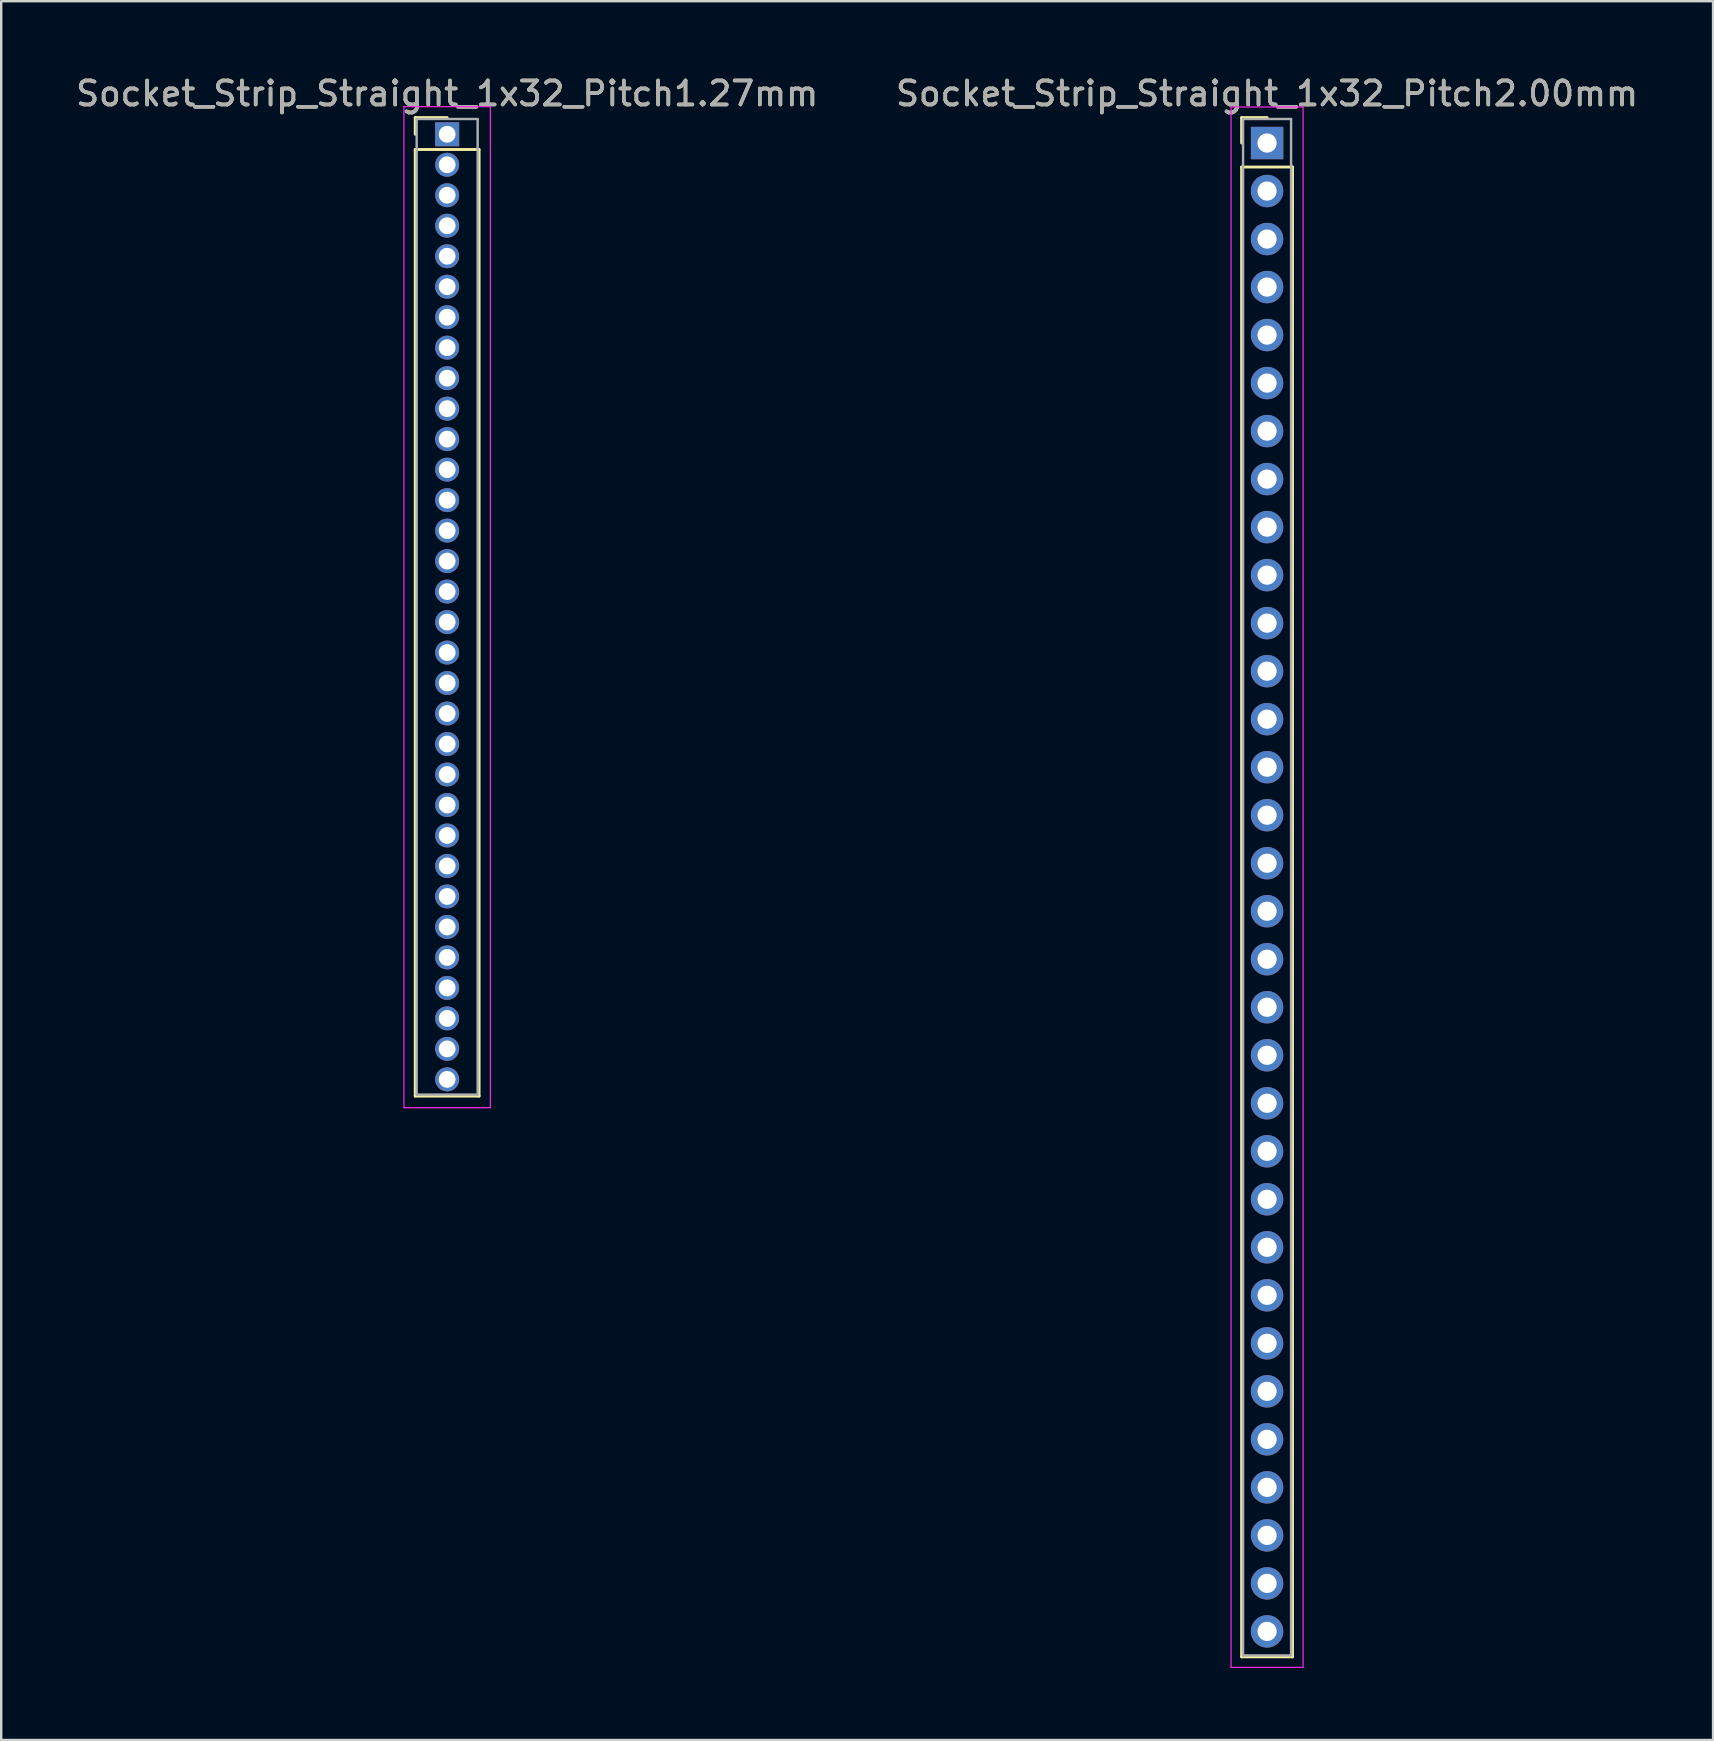
<source format=kicad_pcb>
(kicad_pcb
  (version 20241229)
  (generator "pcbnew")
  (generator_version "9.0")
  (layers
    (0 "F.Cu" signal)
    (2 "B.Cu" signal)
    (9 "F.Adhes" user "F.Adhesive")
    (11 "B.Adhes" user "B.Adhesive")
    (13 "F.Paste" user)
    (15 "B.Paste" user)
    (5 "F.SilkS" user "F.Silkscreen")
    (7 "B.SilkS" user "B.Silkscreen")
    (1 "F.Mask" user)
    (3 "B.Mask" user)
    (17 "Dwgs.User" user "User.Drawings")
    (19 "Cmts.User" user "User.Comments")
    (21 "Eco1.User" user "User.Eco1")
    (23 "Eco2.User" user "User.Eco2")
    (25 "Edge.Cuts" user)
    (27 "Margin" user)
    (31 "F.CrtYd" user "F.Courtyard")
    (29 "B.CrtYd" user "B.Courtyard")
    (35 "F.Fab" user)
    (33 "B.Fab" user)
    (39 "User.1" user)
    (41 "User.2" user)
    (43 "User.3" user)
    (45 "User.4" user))
  (footprint "Socket_Strip_Straight_1x32_Pitch1.27mm"
    (layer "F.Cu")
    (at 15.577 2.543)
    (property "Reference" "Socket_Strip_Straight_1x32_Pitch1.27mm" (at 0 -1.695 0) (layer "F.SilkS") (effects (font (size 1 1) (thickness 0.15))))
    (attr through_hole)
    (fp_line (start -1.33 -0.695) (end 0 -0.695) (stroke (width 0.12) (type solid)) (layer "F.SilkS"))
    (fp_line (start -1.33 0) (end -1.33 -0.695) (stroke (width 0.12) (type solid)) (layer "F.SilkS"))
    (fp_line (start -1.33 0.635) (end -1.33 40.065) (stroke (width 0.12) (type solid)) (layer "F.SilkS"))
    (fp_line (start -1.33 40.065) (end 1.33 40.065) (stroke (width 0.12) (type solid)) (layer "F.SilkS"))
    (fp_line (start 1.33 0.635) (end -1.33 0.635) (stroke (width 0.12) (type solid)) (layer "F.SilkS"))
    (fp_line (start 1.33 40.065) (end 1.33 0.635) (stroke (width 0.12) (type solid)) (layer "F.SilkS"))
    (fp_line (start -1.8 -1.15) (end -1.8 40.55) (stroke (width 0.05) (type solid)) (layer "F.CrtYd"))
    (fp_line (start -1.8 40.55) (end 1.8 40.55) (stroke (width 0.05) (type solid)) (layer "F.CrtYd"))
    (fp_line (start 1.8 -1.15) (end -1.8 -1.15) (stroke (width 0.05) (type solid)) (layer "F.CrtYd"))
    (fp_line (start 1.8 40.55) (end 1.8 -1.15) (stroke (width 0.05) (type solid)) (layer "F.CrtYd"))
    (fp_line (start -1.27 -0.635) (end -1.27 40.005) (stroke (width 0.1) (type solid)) (layer "F.Fab"))
    (fp_line (start -1.27 40.005) (end 1.27 40.005) (stroke (width 0.1) (type solid)) (layer "F.Fab"))
    (fp_line (start 1.27 -0.635) (end -1.27 -0.635) (stroke (width 0.1) (type solid)) (layer "F.Fab"))
    (fp_line (start 1.27 40.005) (end 1.27 -0.635) (stroke (width 0.1) (type solid)) (layer "F.Fab"))
    (fp_text user "${REFERENCE}" (at 0 -1.695 0) (layer "F.Fab") (effects (font (size 1 1) (thickness 0.15))))
    (pad "1" thru_hole rect (at 0 0) (size 1 1) (drill 0.7) (layers "*.Cu" "*.Mask"))
    (pad "2" thru_hole oval (at 0 1.27) (size 1 1) (drill 0.7) (layers "*.Cu" "*.Mask"))
    (pad "3" thru_hole oval (at 0 2.54) (size 1 1) (drill 0.7) (layers "*.Cu" "*.Mask"))
    (pad "4" thru_hole oval (at 0 3.81) (size 1 1) (drill 0.7) (layers "*.Cu" "*.Mask"))
    (pad "5" thru_hole oval (at 0 5.08) (size 1 1) (drill 0.7) (layers "*.Cu" "*.Mask"))
    (pad "6" thru_hole oval (at 0 6.35) (size 1 1) (drill 0.7) (layers "*.Cu" "*.Mask"))
    (pad "7" thru_hole oval (at 0 7.62) (size 1 1) (drill 0.7) (layers "*.Cu" "*.Mask"))
    (pad "8" thru_hole oval (at 0 8.89) (size 1 1) (drill 0.7) (layers "*.Cu" "*.Mask"))
    (pad "9" thru_hole oval (at 0 10.16) (size 1 1) (drill 0.7) (layers "*.Cu" "*.Mask"))
    (pad "10" thru_hole oval (at 0 11.43) (size 1 1) (drill 0.7) (layers "*.Cu" "*.Mask"))
    (pad "11" thru_hole oval (at 0 12.7) (size 1 1) (drill 0.7) (layers "*.Cu" "*.Mask"))
    (pad "12" thru_hole oval (at 0 13.97) (size 1 1) (drill 0.7) (layers "*.Cu" "*.Mask"))
    (pad "13" thru_hole oval (at 0 15.24) (size 1 1) (drill 0.7) (layers "*.Cu" "*.Mask"))
    (pad "14" thru_hole oval (at 0 16.51) (size 1 1) (drill 0.7) (layers "*.Cu" "*.Mask"))
    (pad "15" thru_hole oval (at 0 17.78) (size 1 1) (drill 0.7) (layers "*.Cu" "*.Mask"))
    (pad "16" thru_hole oval (at 0 19.05) (size 1 1) (drill 0.7) (layers "*.Cu" "*.Mask"))
    (pad "17" thru_hole oval (at 0 20.32) (size 1 1) (drill 0.7) (layers "*.Cu" "*.Mask"))
    (pad "18" thru_hole oval (at 0 21.59) (size 1 1) (drill 0.7) (layers "*.Cu" "*.Mask"))
    (pad "19" thru_hole oval (at 0 22.86) (size 1 1) (drill 0.7) (layers "*.Cu" "*.Mask"))
    (pad "20" thru_hole oval (at 0 24.13) (size 1 1) (drill 0.7) (layers "*.Cu" "*.Mask"))
    (pad "21" thru_hole oval (at 0 25.4) (size 1 1) (drill 0.7) (layers "*.Cu" "*.Mask"))
    (pad "22" thru_hole oval (at 0 26.67) (size 1 1) (drill 0.7) (layers "*.Cu" "*.Mask"))
    (pad "23" thru_hole oval (at 0 27.94) (size 1 1) (drill 0.7) (layers "*.Cu" "*.Mask"))
    (pad "24" thru_hole oval (at 0 29.21) (size 1 1) (drill 0.7) (layers "*.Cu" "*.Mask"))
    (pad "25" thru_hole oval (at 0 30.48) (size 1 1) (drill 0.7) (layers "*.Cu" "*.Mask"))
    (pad "26" thru_hole oval (at 0 31.75) (size 1 1) (drill 0.7) (layers "*.Cu" "*.Mask"))
    (pad "27" thru_hole oval (at 0 33.02) (size 1 1) (drill 0.7) (layers "*.Cu" "*.Mask"))
    (pad "28" thru_hole oval (at 0 34.29) (size 1 1) (drill 0.7) (layers "*.Cu" "*.Mask"))
    (pad "29" thru_hole oval (at 0 35.56) (size 1 1) (drill 0.7) (layers "*.Cu" "*.Mask"))
    (pad "30" thru_hole oval (at 0 36.83) (size 1 1) (drill 0.7) (layers "*.Cu" "*.Mask"))
    (pad "31" thru_hole oval (at 0 38.1) (size 1 1) (drill 0.7) (layers "*.Cu" "*.Mask"))
    (pad "32" thru_hole oval (at 0 39.37) (size 1 1) (drill 0.7) (layers "*.Cu" "*.Mask")))
  (footprint "Socket_Strip_Straight_1x32_Pitch2.00mm"
    (layer "F.Cu")
    (at 49.732 2.908)
    (property "Reference" "Socket_Strip_Straight_1x32_Pitch2.00mm" (at 0 -2.06 0) (layer "F.SilkS") (effects (font (size 1 1) (thickness 0.15))))
    (attr through_hole)
    (fp_line (start -1.06 -1.06) (end 0 -1.06) (stroke (width 0.12) (type solid)) (layer "F.SilkS"))
    (fp_line (start -1.06 0) (end -1.06 -1.06) (stroke (width 0.12) (type solid)) (layer "F.SilkS"))
    (fp_line (start -1.06 1) (end -1.06 63.06) (stroke (width 0.12) (type solid)) (layer "F.SilkS"))
    (fp_line (start -1.06 63.06) (end 1.06 63.06) (stroke (width 0.12) (type solid)) (layer "F.SilkS"))
    (fp_line (start 1.06 1) (end -1.06 1) (stroke (width 0.12) (type solid)) (layer "F.SilkS"))
    (fp_line (start 1.06 63.06) (end 1.06 1) (stroke (width 0.12) (type solid)) (layer "F.SilkS"))
    (fp_line (start -1.5 -1.5) (end -1.5 63.5) (stroke (width 0.05) (type solid)) (layer "F.CrtYd"))
    (fp_line (start -1.5 63.5) (end 1.5 63.5) (stroke (width 0.05) (type solid)) (layer "F.CrtYd"))
    (fp_line (start 1.5 -1.5) (end -1.5 -1.5) (stroke (width 0.05) (type solid)) (layer "F.CrtYd"))
    (fp_line (start 1.5 63.5) (end 1.5 -1.5) (stroke (width 0.05) (type solid)) (layer "F.CrtYd"))
    (fp_line (start -1 -1) (end -1 63) (stroke (width 0.1) (type solid)) (layer "F.Fab"))
    (fp_line (start -1 63) (end 1 63) (stroke (width 0.1) (type solid)) (layer "F.Fab"))
    (fp_line (start 1 -1) (end -1 -1) (stroke (width 0.1) (type solid)) (layer "F.Fab"))
    (fp_line (start 1 63) (end 1 -1) (stroke (width 0.1) (type solid)) (layer "F.Fab"))
    (fp_text user "${REFERENCE}" (at 0 -2.06 0) (layer "F.Fab") (effects (font (size 1 1) (thickness 0.15))))
    (pad "1" thru_hole rect (at 0 0) (size 1.35 1.35) (drill 0.8) (layers "*.Cu" "*.Mask"))
    (pad "2" thru_hole oval (at 0 2) (size 1.35 1.35) (drill 0.8) (layers "*.Cu" "*.Mask"))
    (pad "3" thru_hole oval (at 0 4) (size 1.35 1.35) (drill 0.8) (layers "*.Cu" "*.Mask"))
    (pad "4" thru_hole oval (at 0 6) (size 1.35 1.35) (drill 0.8) (layers "*.Cu" "*.Mask"))
    (pad "5" thru_hole oval (at 0 8) (size 1.35 1.35) (drill 0.8) (layers "*.Cu" "*.Mask"))
    (pad "6" thru_hole oval (at 0 10) (size 1.35 1.35) (drill 0.8) (layers "*.Cu" "*.Mask"))
    (pad "7" thru_hole oval (at 0 12) (size 1.35 1.35) (drill 0.8) (layers "*.Cu" "*.Mask"))
    (pad "8" thru_hole oval (at 0 14) (size 1.35 1.35) (drill 0.8) (layers "*.Cu" "*.Mask"))
    (pad "9" thru_hole oval (at 0 16) (size 1.35 1.35) (drill 0.8) (layers "*.Cu" "*.Mask"))
    (pad "10" thru_hole oval (at 0 18) (size 1.35 1.35) (drill 0.8) (layers "*.Cu" "*.Mask"))
    (pad "11" thru_hole oval (at 0 20) (size 1.35 1.35) (drill 0.8) (layers "*.Cu" "*.Mask"))
    (pad "12" thru_hole oval (at 0 22) (size 1.35 1.35) (drill 0.8) (layers "*.Cu" "*.Mask"))
    (pad "13" thru_hole oval (at 0 24) (size 1.35 1.35) (drill 0.8) (layers "*.Cu" "*.Mask"))
    (pad "14" thru_hole oval (at 0 26) (size 1.35 1.35) (drill 0.8) (layers "*.Cu" "*.Mask"))
    (pad "15" thru_hole oval (at 0 28) (size 1.35 1.35) (drill 0.8) (layers "*.Cu" "*.Mask"))
    (pad "16" thru_hole oval (at 0 30) (size 1.35 1.35) (drill 0.8) (layers "*.Cu" "*.Mask"))
    (pad "17" thru_hole oval (at 0 32) (size 1.35 1.35) (drill 0.8) (layers "*.Cu" "*.Mask"))
    (pad "18" thru_hole oval (at 0 34) (size 1.35 1.35) (drill 0.8) (layers "*.Cu" "*.Mask"))
    (pad "19" thru_hole oval (at 0 36) (size 1.35 1.35) (drill 0.8) (layers "*.Cu" "*.Mask"))
    (pad "20" thru_hole oval (at 0 38) (size 1.35 1.35) (drill 0.8) (layers "*.Cu" "*.Mask"))
    (pad "21" thru_hole oval (at 0 40) (size 1.35 1.35) (drill 0.8) (layers "*.Cu" "*.Mask"))
    (pad "22" thru_hole oval (at 0 42) (size 1.35 1.35) (drill 0.8) (layers "*.Cu" "*.Mask"))
    (pad "23" thru_hole oval (at 0 44) (size 1.35 1.35) (drill 0.8) (layers "*.Cu" "*.Mask"))
    (pad "24" thru_hole oval (at 0 46) (size 1.35 1.35) (drill 0.8) (layers "*.Cu" "*.Mask"))
    (pad "25" thru_hole oval (at 0 48) (size 1.35 1.35) (drill 0.8) (layers "*.Cu" "*.Mask"))
    (pad "26" thru_hole oval (at 0 50) (size 1.35 1.35) (drill 0.8) (layers "*.Cu" "*.Mask"))
    (pad "27" thru_hole oval (at 0 52) (size 1.35 1.35) (drill 0.8) (layers "*.Cu" "*.Mask"))
    (pad "28" thru_hole oval (at 0 54) (size 1.35 1.35) (drill 0.8) (layers "*.Cu" "*.Mask"))
    (pad "29" thru_hole oval (at 0 56) (size 1.35 1.35) (drill 0.8) (layers "*.Cu" "*.Mask"))
    (pad "30" thru_hole oval (at 0 58) (size 1.35 1.35) (drill 0.8) (layers "*.Cu" "*.Mask"))
    (pad "31" thru_hole oval (at 0 60) (size 1.35 1.35) (drill 0.8) (layers "*.Cu" "*.Mask"))
    (pad "32" thru_hole oval (at 0 62) (size 1.35 1.35) (drill 0.8) (layers "*.Cu" "*.Mask")))
  (gr_rect
    (start -3 -3)
    (end 68.31 69.433)
    (stroke (width 0.1) (type default))
    (fill no)
    (layer "Edge.Cuts")))
</source>
